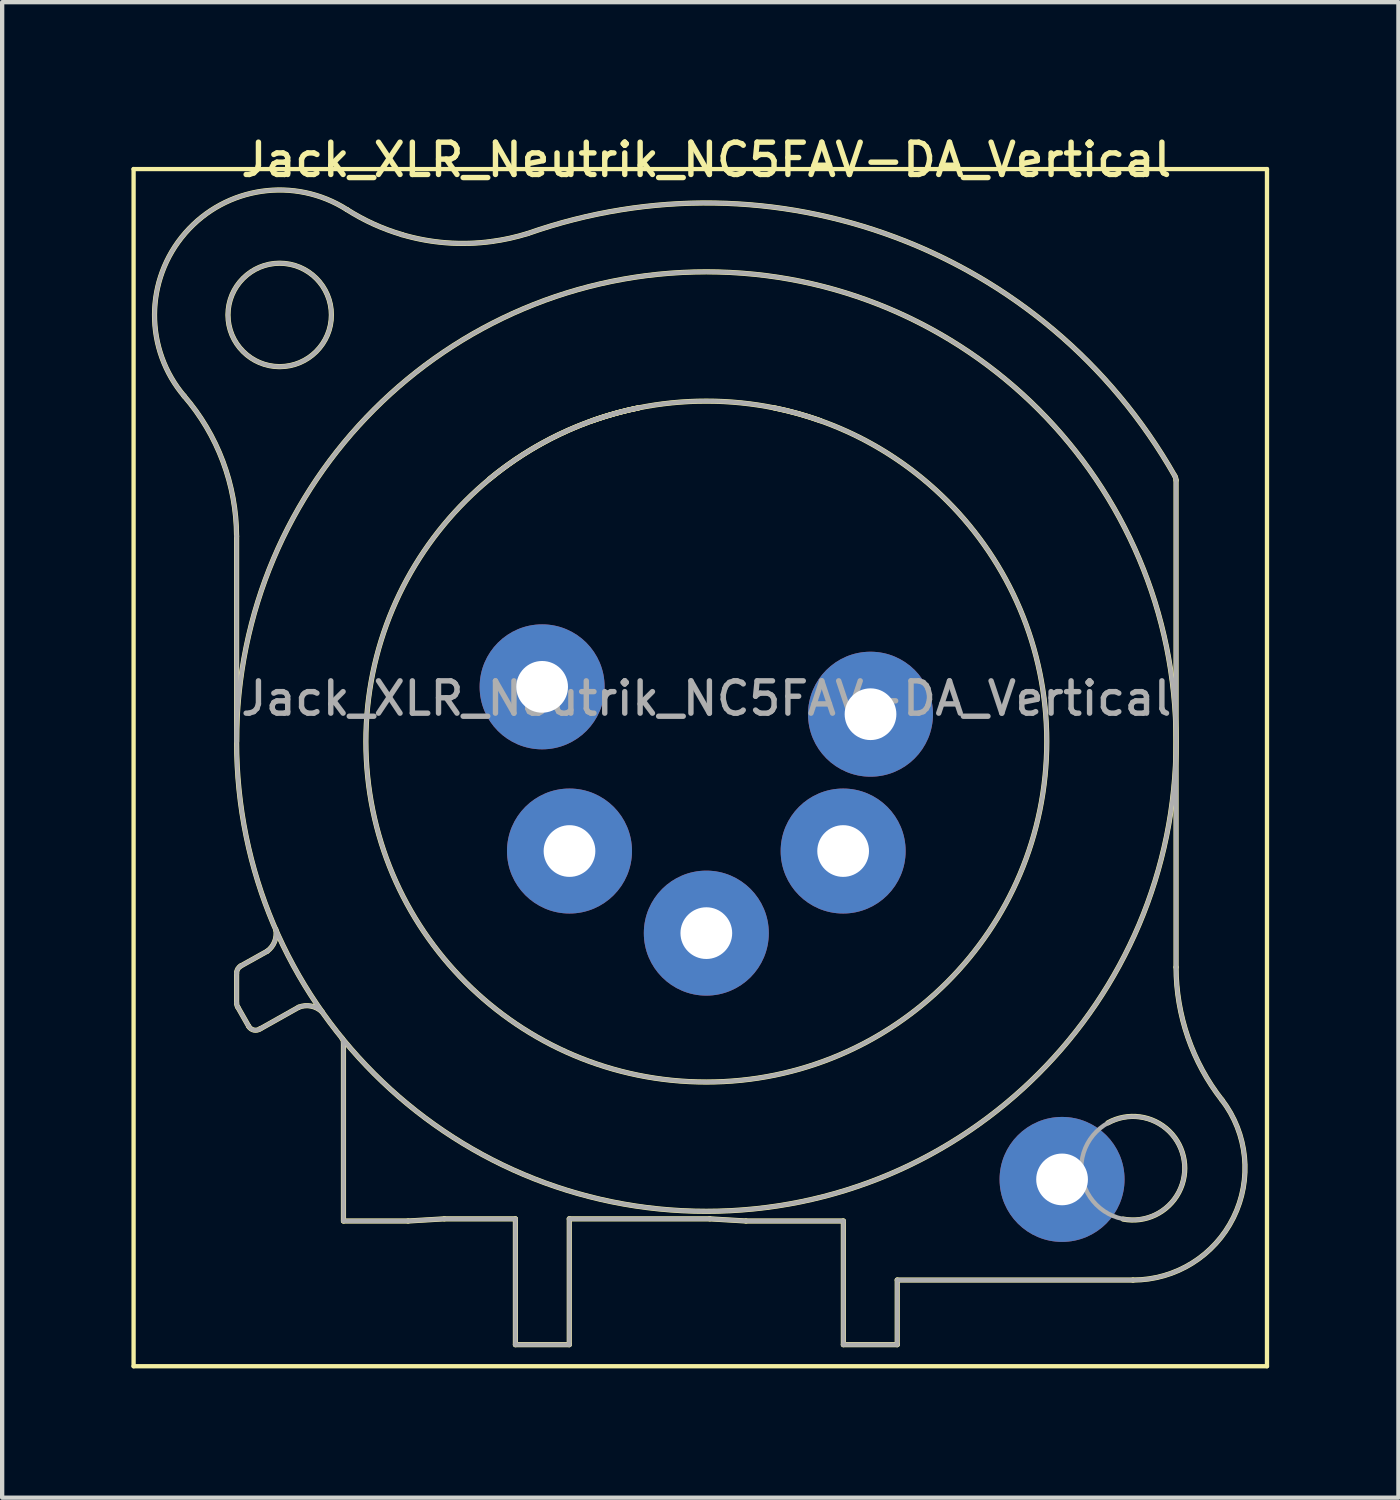
<source format=kicad_pcb>
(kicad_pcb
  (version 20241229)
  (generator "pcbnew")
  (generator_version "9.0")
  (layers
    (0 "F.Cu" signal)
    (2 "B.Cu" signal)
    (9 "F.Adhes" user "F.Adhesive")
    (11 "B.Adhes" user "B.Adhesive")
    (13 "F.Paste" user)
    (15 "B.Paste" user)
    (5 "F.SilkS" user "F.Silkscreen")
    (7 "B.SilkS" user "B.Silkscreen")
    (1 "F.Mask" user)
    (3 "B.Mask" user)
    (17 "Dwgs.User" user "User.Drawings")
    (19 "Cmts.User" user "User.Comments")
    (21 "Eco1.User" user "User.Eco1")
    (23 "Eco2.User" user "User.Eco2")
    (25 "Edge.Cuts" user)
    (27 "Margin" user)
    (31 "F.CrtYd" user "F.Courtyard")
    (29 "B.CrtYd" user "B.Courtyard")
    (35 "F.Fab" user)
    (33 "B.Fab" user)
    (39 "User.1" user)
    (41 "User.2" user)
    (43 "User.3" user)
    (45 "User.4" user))
  (footprint "Jack_XLR_Neutrik_NC5FAV-DA_Vertical"
    (layer "F.Cu")
    (at 17.15 13.523)
    (property "Reference" "Jack_XLR_Neutrik_NC5FAV-DA_Vertical" (at -3.81 -12.865 0) (layer "F.SilkS") (effects (font (size 0.75 0.75) (thickness 0.125))))
    (attr through_hole)
    (fp_line (start -17.1 -12.65) (end 9.2 -12.65) (stroke (width 0.1) (type solid)) (layer "F.SilkS"))
    (fp_line (start -17.1 15.13) (end -17.1 -12.65) (stroke (width 0.1) (type solid)) (layer "F.SilkS"))
    (fp_line (start -14.71 0.635) (end -14.71 -4.13) (stroke (width 0.12) (type solid)) (layer "F.SilkS"))
    (fp_line (start -14.71 6.01) (end -14.71 6.7) (stroke (width 0.12) (type solid)) (layer "F.SilkS"))
    (fp_line (start -14.68 6.8) (end -14.43 7.24) (stroke (width 0.12) (type solid)) (layer "F.SilkS"))
    (fp_line (start -14.61 5.84) (end -14 5.5) (stroke (width 0.12) (type solid)) (layer "F.SilkS"))
    (fp_line (start -14.16 7.3) (end -13.27 6.8) (stroke (width 0.12) (type solid)) (layer "F.SilkS"))
    (fp_line (start -12.23 11.76) (end -12.23 7.62) (stroke (width 0.12) (type solid)) (layer "F.SilkS"))
    (fp_line (start -10.73 11.76) (end -12.23 11.76) (stroke (width 0.12) (type solid)) (layer "F.SilkS"))
    (fp_line (start -9.89 11.71) (end -10.73 11.76) (stroke (width 0.12) (type solid)) (layer "F.SilkS"))
    (fp_line (start -8.24 11.71) (end -9.89 11.71) (stroke (width 0.12) (type solid)) (layer "F.SilkS"))
    (fp_line (start -8.24 11.71) (end -8.24 14.63) (stroke (width 0.12) (type solid)) (layer "F.SilkS"))
    (fp_line (start -6.99 14.63) (end -8.24 14.63) (stroke (width 0.12) (type solid)) (layer "F.SilkS"))
    (fp_line (start -6.99 14.63) (end -6.99 11.71) (stroke (width 0.12) (type solid)) (layer "F.SilkS"))
    (fp_line (start -3.73 11.71) (end -6.99 11.71) (stroke (width 0.12) (type solid)) (layer "F.SilkS"))
    (fp_line (start -2.89 11.76) (end -3.73 11.71) (stroke (width 0.12) (type solid)) (layer "F.SilkS"))
    (fp_line (start -0.63 11.76) (end -2.89 11.76) (stroke (width 0.12) (type solid)) (layer "F.SilkS"))
    (fp_line (start -0.63 11.76) (end -0.63 14.63) (stroke (width 0.12) (type solid)) (layer "F.SilkS"))
    (fp_line (start 0.62 14.63) (end -0.63 14.63) (stroke (width 0.12) (type solid)) (layer "F.SilkS"))
    (fp_line (start 0.62 14.63) (end 0.62 13.13) (stroke (width 0.12) (type solid)) (layer "F.SilkS"))
    (fp_line (start 6.09 13.13) (end 0.62 13.13) (stroke (width 0.12) (type solid)) (layer "F.SilkS"))
    (fp_line (start 7.09 -5.43) (end 7.09 5.87) (stroke (width 0.12) (type solid)) (layer "F.SilkS"))
    (fp_line (start 9.2 -12.65) (end 9.2 15.13) (stroke (width 0.1) (type solid)) (layer "F.SilkS"))
    (fp_line (start 9.2 15.13) (end -17.1 15.13) (stroke (width 0.1) (type solid)) (layer "F.SilkS"))
    (fp_arc (start -15.929066 -7.385564) (mid -15.028115 -5.866905) (end -14.71 -4.13) (stroke (width 0.12) (type solid)) (layer "F.SilkS"))
    (fp_arc (start -15.918146 -7.373153) (mid -15.902506 -11.164998) (end -12.15 -11.71) (stroke (width 0.12) (type solid)) (layer "F.SilkS"))
    (fp_arc (start -14.709743 6.009652) (mid -14.682878 5.9113) (end -14.61 5.84) (stroke (width 0.12) (type solid)) (layer "F.SilkS"))
    (fp_arc (start -14.682649 6.795385) (mid -14.703027 6.749614) (end -14.71 6.7) (stroke (width 0.12) (type solid)) (layer "F.SilkS"))
    (fp_arc (start -14.160142 7.297076) (mid -14.307987 7.329603) (end -14.43 7.24) (stroke (width 0.12) (type solid)) (layer "F.SilkS"))
    (fp_arc (start -13.801628 4.991381) (mid -13.826689 5.274601) (end -14 5.5) (stroke (width 0.12) (type solid)) (layer "F.SilkS"))
    (fp_arc (start -13.27 6.8) (mid -12.979462 6.773118) (end -12.722228 6.910835) (stroke (width 0.12) (type solid)) (layer "F.SilkS"))
    (fp_arc (start -12.267885 7.513016) (mid -12.239751 7.563253) (end -12.23 7.62) (stroke (width 0.12) (type solid)) (layer "F.SilkS"))
    (fp_arc (start -10.874228 -11.129536) (mid -11.532536 -11.374883) (end -12.15 -11.71) (stroke (width 0.12) (type solid)) (layer "F.SilkS"))
    (fp_arc (start -8.842926 -5.457584) (mid -7.213275 -6.497156) (end -5.38 -7.11) (stroke (width 0.12) (type solid)) (layer "F.SilkS"))
    (fp_arc (start -8.78758 -10.969733) (mid -9.842283 -10.938982) (end -10.88 -11.13) (stroke (width 0.12) (type solid)) (layer "F.SilkS"))
    (fp_arc (start -7.953762 -11.154656) (mid -8.367971 -11.044621) (end -8.79 -10.97) (stroke (width 0.12) (type solid)) (layer "F.SilkS"))
    (fp_arc (start -7.952655 -11.154934) (mid 0.574548 -11.067131) (end 7.06 -5.53) (stroke (width 0.12) (type solid)) (layer "F.SilkS"))
    (fp_arc (start -6.455617 -6.811518) (mid -5.923085 -6.979774) (end -5.38 -7.11) (stroke (width 0.12) (type solid)) (layer "F.SilkS"))
    (fp_arc (start -2.235447 -7.109114) (mid -1.692436 -6.978569) (end -1.16 -6.81) (stroke (width 0.12) (type solid)) (layer "F.SilkS"))
    (fp_arc (start 5.507701 9.483226) (mid 7.277502 10.347546) (end 5.86 11.715) (stroke (width 0.12) (type solid)) (layer "F.SilkS"))
    (fp_arc (start 7.056349 -5.537362) (mid 7.080146 -5.485866) (end 7.09 -5.43) (stroke (width 0.12) (type solid)) (layer "F.SilkS"))
    (fp_arc (start 8.152719 8.94722) (mid 8.42187 11.679951) (end 6.09 13.13) (stroke (width 0.12) (type solid)) (layer "F.SilkS"))
    (fp_arc (start 8.154941 8.951603) (mid 7.36532 7.499668) (end 7.09 5.87) (stroke (width 0.12) (type solid)) (layer "F.SilkS"))
    (fp_circle (center -13.71 -9.265) (end -12.51 -9.265) (stroke (width 0.12) (type solid)) (fill no) (layer "F.SilkS"))
    (fp_circle (center -3.81 0.635) (end 4.09 0.635) (stroke (width 0.12) (type solid)) (fill no) (layer "F.SilkS"))
    (fp_circle (center -3.81 0.635) (end 7.09 0.635) (stroke (width 0.12) (type solid)) (fill no) (layer "F.SilkS"))
    (fp_line (start -14.71 0.635) (end -14.71 -4.13) (stroke (width 0.1) (type solid)) (layer "F.Fab"))
    (fp_line (start -14.71 6.01) (end -14.71 6.7) (stroke (width 0.1) (type solid)) (layer "F.Fab"))
    (fp_line (start -14.68 6.8) (end -14.43 7.24) (stroke (width 0.1) (type solid)) (layer "F.Fab"))
    (fp_line (start -14.61 5.84) (end -14 5.5) (stroke (width 0.1) (type solid)) (layer "F.Fab"))
    (fp_line (start -14.16 7.3) (end -13.27 6.8) (stroke (width 0.1) (type solid)) (layer "F.Fab"))
    (fp_line (start -12.23 11.76) (end -12.23 7.62) (stroke (width 0.1) (type solid)) (layer "F.Fab"))
    (fp_line (start -10.73 11.76) (end -12.23 11.76) (stroke (width 0.1) (type solid)) (layer "F.Fab"))
    (fp_line (start -9.89 11.71) (end -10.73 11.76) (stroke (width 0.1) (type solid)) (layer "F.Fab"))
    (fp_line (start -8.24 11.71) (end -9.89 11.71) (stroke (width 0.1) (type solid)) (layer "F.Fab"))
    (fp_line (start -8.24 11.71) (end -8.24 14.63) (stroke (width 0.1) (type solid)) (layer "F.Fab"))
    (fp_line (start -6.99 14.63) (end -8.24 14.63) (stroke (width 0.1) (type solid)) (layer "F.Fab"))
    (fp_line (start -6.99 14.63) (end -6.99 11.71) (stroke (width 0.1) (type solid)) (layer "F.Fab"))
    (fp_line (start -3.73 11.71) (end -6.99 11.71) (stroke (width 0.1) (type solid)) (layer "F.Fab"))
    (fp_line (start -2.89 11.76) (end -3.73 11.71) (stroke (width 0.1) (type solid)) (layer "F.Fab"))
    (fp_line (start -0.63 11.76) (end -2.89 11.76) (stroke (width 0.1) (type solid)) (layer "F.Fab"))
    (fp_line (start -0.63 11.76) (end -0.63 14.63) (stroke (width 0.1) (type solid)) (layer "F.Fab"))
    (fp_line (start 0.62 14.63) (end -0.63 14.63) (stroke (width 0.1) (type solid)) (layer "F.Fab"))
    (fp_line (start 0.62 14.63) (end 0.62 13.13) (stroke (width 0.1) (type solid)) (layer "F.Fab"))
    (fp_line (start 6.09 13.13) (end 0.62 13.13) (stroke (width 0.1) (type solid)) (layer "F.Fab"))
    (fp_line (start 7.09 -5.43) (end 7.09 5.87) (stroke (width 0.1) (type solid)) (layer "F.Fab"))
    (fp_arc (start -15.929066 -7.385564) (mid -15.028115 -5.866905) (end -14.71 -4.13) (stroke (width 0.1) (type solid)) (layer "F.Fab"))
    (fp_arc (start -15.918146 -7.373153) (mid -15.902506 -11.164998) (end -12.15 -11.71) (stroke (width 0.1) (type solid)) (layer "F.Fab"))
    (fp_arc (start -14.709743 6.009652) (mid -14.682878 5.9113) (end -14.61 5.84) (stroke (width 0.1) (type solid)) (layer "F.Fab"))
    (fp_arc (start -14.682649 6.795385) (mid -14.703027 6.749614) (end -14.71 6.7) (stroke (width 0.1) (type solid)) (layer "F.Fab"))
    (fp_arc (start -14.160142 7.297076) (mid -14.307987 7.329603) (end -14.43 7.24) (stroke (width 0.1) (type solid)) (layer "F.Fab"))
    (fp_arc (start -13.801628 4.991381) (mid -13.826689 5.274601) (end -14 5.5) (stroke (width 0.1) (type solid)) (layer "F.Fab"))
    (fp_arc (start -13.27 6.8) (mid -12.979462 6.773118) (end -12.722228 6.910835) (stroke (width 0.1) (type solid)) (layer "F.Fab"))
    (fp_arc (start -12.267885 7.513016) (mid -12.239751 7.563253) (end -12.23 7.62) (stroke (width 0.1) (type solid)) (layer "F.Fab"))
    (fp_arc (start -10.874228 -11.129536) (mid -11.532536 -11.374883) (end -12.15 -11.71) (stroke (width 0.1) (type solid)) (layer "F.Fab"))
    (fp_arc (start -8.842926 -5.457584) (mid -7.213275 -6.497156) (end -5.38 -7.11) (stroke (width 0.1) (type solid)) (layer "F.Fab"))
    (fp_arc (start -8.78758 -10.969733) (mid -9.842283 -10.938982) (end -10.88 -11.13) (stroke (width 0.1) (type solid)) (layer "F.Fab"))
    (fp_arc (start -7.953762 -11.154656) (mid -8.367971 -11.044621) (end -8.79 -10.97) (stroke (width 0.1) (type solid)) (layer "F.Fab"))
    (fp_arc (start -7.952655 -11.154934) (mid 0.574548 -11.067131) (end 7.06 -5.53) (stroke (width 0.1) (type solid)) (layer "F.Fab"))
    (fp_arc (start -6.455617 -6.811518) (mid -5.923085 -6.979774) (end -5.38 -7.11) (stroke (width 0.1) (type solid)) (layer "F.Fab"))
    (fp_arc (start -2.235447 -7.109114) (mid -1.692436 -6.978569) (end -1.16 -6.81) (stroke (width 0.1) (type solid)) (layer "F.Fab"))
    (fp_arc (start 7.056349 -5.537362) (mid 7.080146 -5.485866) (end 7.09 -5.43) (stroke (width 0.1) (type solid)) (layer "F.Fab"))
    (fp_arc (start 8.152719 8.94722) (mid 8.42187 11.679951) (end 6.09 13.13) (stroke (width 0.1) (type solid)) (layer "F.Fab"))
    (fp_arc (start 8.154941 8.951603) (mid 7.36532 7.499668) (end 7.09 5.87) (stroke (width 0.1) (type solid)) (layer "F.Fab"))
    (fp_circle (center -13.71 -9.265) (end -12.51 -9.265) (stroke (width 0.1) (type solid)) (fill no) (layer "F.Fab"))
    (fp_circle (center -3.81 0.635) (end 4.09 0.635) (stroke (width 0.1) (type solid)) (fill no) (layer "F.Fab"))
    (fp_circle (center -3.81 0.635) (end 7.09 0.635) (stroke (width 0.1) (type solid)) (fill no) (layer "F.Fab"))
    (fp_circle (center 6.09 10.535) (end 7.29 10.535) (stroke (width 0.1) (type solid)) (fill no) (layer "F.Fab"))
    (fp_text user "${REFERENCE}" (at -3.81 -0.365 0) (layer "F.Fab") (effects (font (size 0.75 0.75) (thickness 0.125))))
    (pad "1" thru_hole circle (at 0 0) (size 2.9 2.9) (drill 1.2) (layers "*.Cu" "*.Mask"))
    (pad "2" thru_hole circle (at -0.635 3.175) (size 2.9 2.9) (drill 1.2) (layers "*.Cu" "*.Mask"))
    (pad "3" thru_hole circle (at -3.81 5.08) (size 2.9 2.9) (drill 1.2) (layers "*.Cu" "*.Mask"))
    (pad "4" thru_hole circle (at -6.985 3.175) (size 2.9 2.9) (drill 1.2) (layers "*.Cu" "*.Mask"))
    (pad "5" thru_hole circle (at -7.62 -0.635) (size 2.9 2.9) (drill 1.2) (layers "*.Cu" "*.Mask"))
    (pad "G" thru_hole circle (at 4.445 10.795) (size 2.9 2.9) (drill 1.2) (layers "*.Cu" "*.Mask")))
  (gr_rect
    (start -3 -3)
    (end 29.4 31.703)
    (stroke (width 0.1) (type default))
    (fill no)
    (layer "Edge.Cuts")))
</source>
